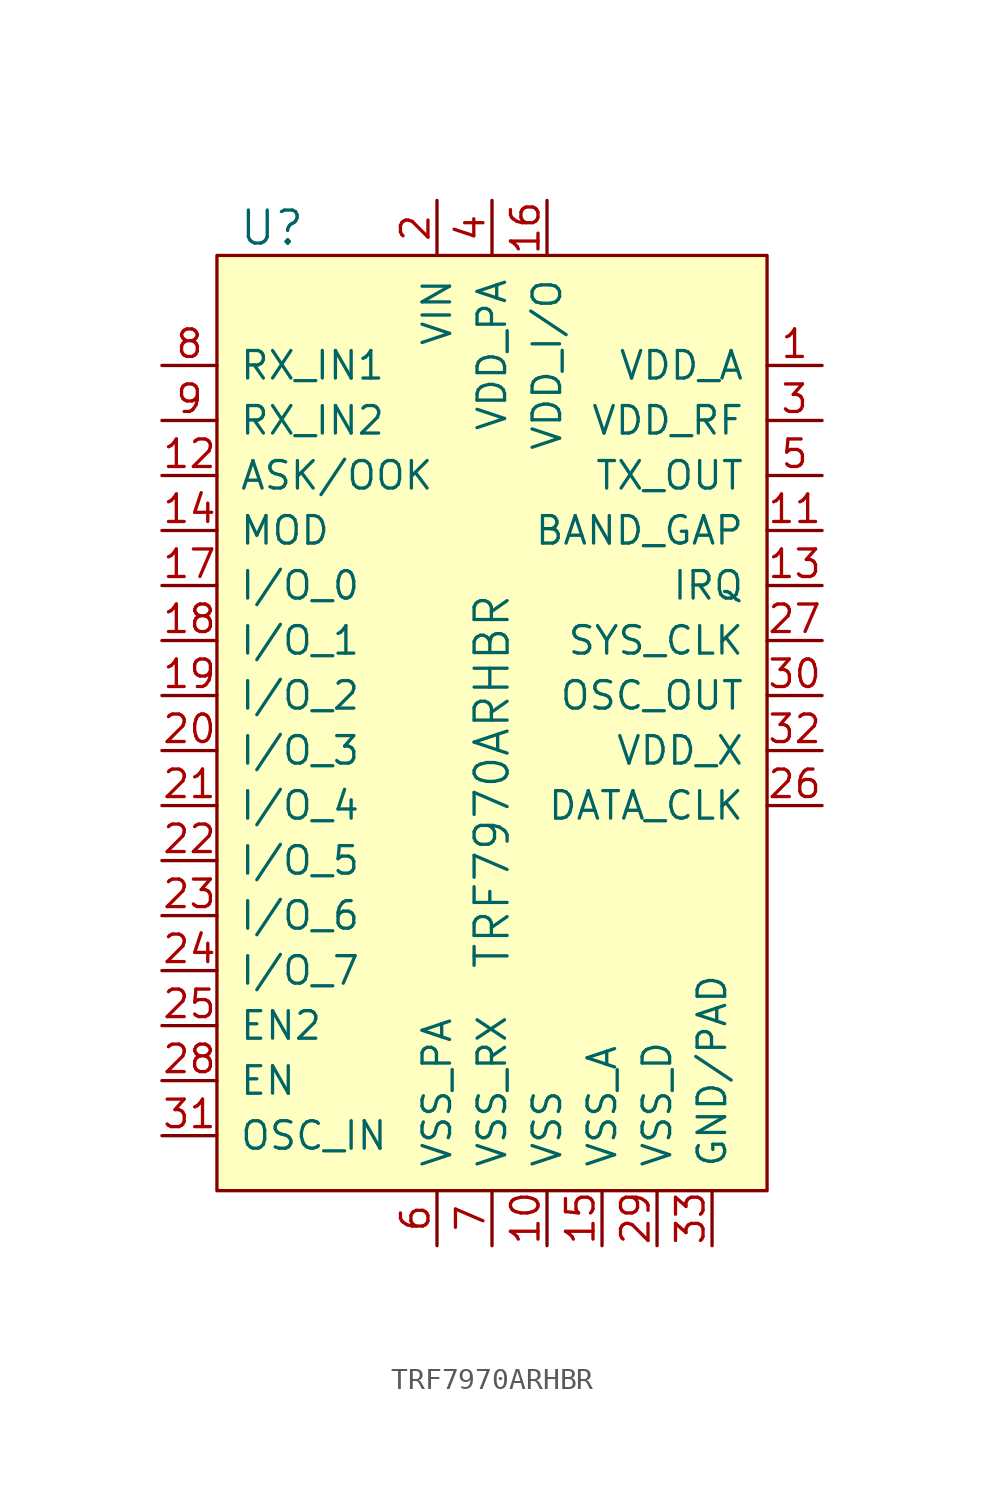
<source format=kicad_sym>
(kicad_symbol_lib
  (version 20201005)
  (generator kicad_symbol_editor)
  (symbol "TRF7970ARHBR"
    (pin_names
      (offset 1.016))
    (property "Reference" "U"
      (at -10.16 19.05 0)
      (effects (font (size 1.524 1.524))))
    (property "Value" "TRF7970ARHBR"
      (at 0 -15.24 90)
      (effects (font (size 1.524 1.524)) (justify left)))
    (symbol "TRF7970ARHBR_0_1"
      (rectangle (start -12.7 17.78) (end 12.7 -25.4) (stroke (width 0)) (fill (type background))))
    (symbol "TRF7970ARHBR_1_1"
      (pin power_out line (at 15.24 12.7 180) (length 2.54) (name "VDD_A" (effects (font (size 1.27 1.27)))) (number "1" (effects (font (size 1.27 1.27)))))
      (pin power_in line (at -2.54 20.32 270) (length 2.54) (name "VIN" (effects (font (size 1.27 1.27)))) (number "2" (effects (font (size 1.27 1.27)))))
      (pin power_out line (at 15.24 10.16 180) (length 2.54) (name "VDD_RF" (effects (font (size 1.27 1.27)))) (number "3" (effects (font (size 1.27 1.27)))))
      (pin power_in line (at 0 20.32 270) (length 2.54) (name "VDD_PA" (effects (font (size 1.27 1.27)))) (number "4" (effects (font (size 1.27 1.27)))))
      (pin output line (at 15.24 7.62 180) (length 2.54) (name "TX_OUT" (effects (font (size 1.27 1.27)))) (number "5" (effects (font (size 1.27 1.27)))))
      (pin power_in line (at -2.54 -27.94 90) (length 2.54) (name "VSS_PA" (effects (font (size 1.27 1.27)))) (number "6" (effects (font (size 1.27 1.27)))))
      (pin power_in line (at 0 -27.94 90) (length 2.54) (name "VSS_RX" (effects (font (size 1.27 1.27)))) (number "7" (effects (font (size 1.27 1.27)))))
      (pin input line (at -15.24 12.7 0) (length 2.54) (name "RX_IN1" (effects (font (size 1.27 1.27)))) (number "8" (effects (font (size 1.27 1.27)))))
      (pin input line (at -15.24 10.16 0) (length 2.54) (name "RX_IN2" (effects (font (size 1.27 1.27)))) (number "9" (effects (font (size 1.27 1.27)))))
      (pin power_in line (at 2.54 -27.94 90) (length 2.54) (name "VSS" (effects (font (size 1.27 1.27)))) (number "10" (effects (font (size 1.27 1.27)))))
      (pin bidirectional line (at -15.24 -5.08 0) (length 2.54) (name "I/O_3" (effects (font (size 1.27 1.27)))) (number "20" (effects (font (size 1.27 1.27)))))
      (pin output line (at 15.24 -2.54 180) (length 2.54) (name "OSC_OUT" (effects (font (size 1.27 1.27)))) (number "30" (effects (font (size 1.27 1.27)))))
      (pin output line (at 15.24 5.08 180) (length 2.54) (name "BAND_GAP" (effects (font (size 1.27 1.27)))) (number "11" (effects (font (size 1.27 1.27)))))
      (pin bidirectional line (at -15.24 -7.62 0) (length 2.54) (name "I/O_4" (effects (font (size 1.27 1.27)))) (number "21" (effects (font (size 1.27 1.27)))))
      (pin bidirectional line (at -15.24 -22.86 0) (length 2.54) (name "OSC_IN" (effects (font (size 1.27 1.27)))) (number "31" (effects (font (size 1.27 1.27)))))
      (pin bidirectional line (at -15.24 7.62 0) (length 2.54) (name "ASK/OOK" (effects (font (size 1.27 1.27)))) (number "12" (effects (font (size 1.27 1.27)))))
      (pin bidirectional line (at -15.24 -10.16 0) (length 2.54) (name "I/O_5" (effects (font (size 1.27 1.27)))) (number "22" (effects (font (size 1.27 1.27)))))
      (pin power_out line (at 15.24 -5.08 180) (length 2.54) (name "VDD_X" (effects (font (size 1.27 1.27)))) (number "32" (effects (font (size 1.27 1.27)))))
      (pin output line (at 15.24 2.54 180) (length 2.54) (name "IRQ" (effects (font (size 1.27 1.27)))) (number "13" (effects (font (size 1.27 1.27)))))
      (pin bidirectional line (at -15.24 -12.7 0) (length 2.54) (name "I/O_6" (effects (font (size 1.27 1.27)))) (number "23" (effects (font (size 1.27 1.27)))))
      (pin power_in line (at 10.16 -27.94 90) (length 2.54) (name "GND/PAD" (effects (font (size 1.27 1.27)))) (number "33" (effects (font (size 1.27 1.27)))))
      (pin bidirectional line (at -15.24 5.08 0) (length 2.54) (name "MOD" (effects (font (size 1.27 1.27)))) (number "14" (effects (font (size 1.27 1.27)))))
      (pin bidirectional line (at -15.24 -15.24 0) (length 2.54) (name "I/O_7" (effects (font (size 1.27 1.27)))) (number "24" (effects (font (size 1.27 1.27)))))
      (pin power_in line (at 5.08 -27.94 90) (length 2.54) (name "VSS_A" (effects (font (size 1.27 1.27)))) (number "15" (effects (font (size 1.27 1.27)))))
      (pin input line (at -15.24 -17.78 0) (length 2.54) (name "EN2" (effects (font (size 1.27 1.27)))) (number "25" (effects (font (size 1.27 1.27)))))
      (pin power_in line (at 2.54 20.32 270) (length 2.54) (name "VDD_I/O" (effects (font (size 1.27 1.27)))) (number "16" (effects (font (size 1.27 1.27)))))
      (pin output line (at 15.24 -7.62 180) (length 2.54) (name "DATA_CLK" (effects (font (size 1.27 1.27)))) (number "26" (effects (font (size 1.27 1.27)))))
      (pin bidirectional line (at -15.24 2.54 0) (length 2.54) (name "I/O_0" (effects (font (size 1.27 1.27)))) (number "17" (effects (font (size 1.27 1.27)))))
      (pin output line (at 15.24 0 180) (length 2.54) (name "SYS_CLK" (effects (font (size 1.27 1.27)))) (number "27" (effects (font (size 1.27 1.27)))))
      (pin bidirectional line (at -15.24 0 0) (length 2.54) (name "I/O_1" (effects (font (size 1.27 1.27)))) (number "18" (effects (font (size 1.27 1.27)))))
      (pin input line (at -15.24 -20.32 0) (length 2.54) (name "EN" (effects (font (size 1.27 1.27)))) (number "28" (effects (font (size 1.27 1.27)))))
      (pin bidirectional line (at -15.24 -2.54 0) (length 2.54) (name "I/O_2" (effects (font (size 1.27 1.27)))) (number "19" (effects (font (size 1.27 1.27)))))
      (pin power_in line (at 7.62 -27.94 90) (length 2.54) (name "VSS_D" (effects (font (size 1.27 1.27)))) (number "29" (effects (font (size 1.27 1.27))))))))
</source>
